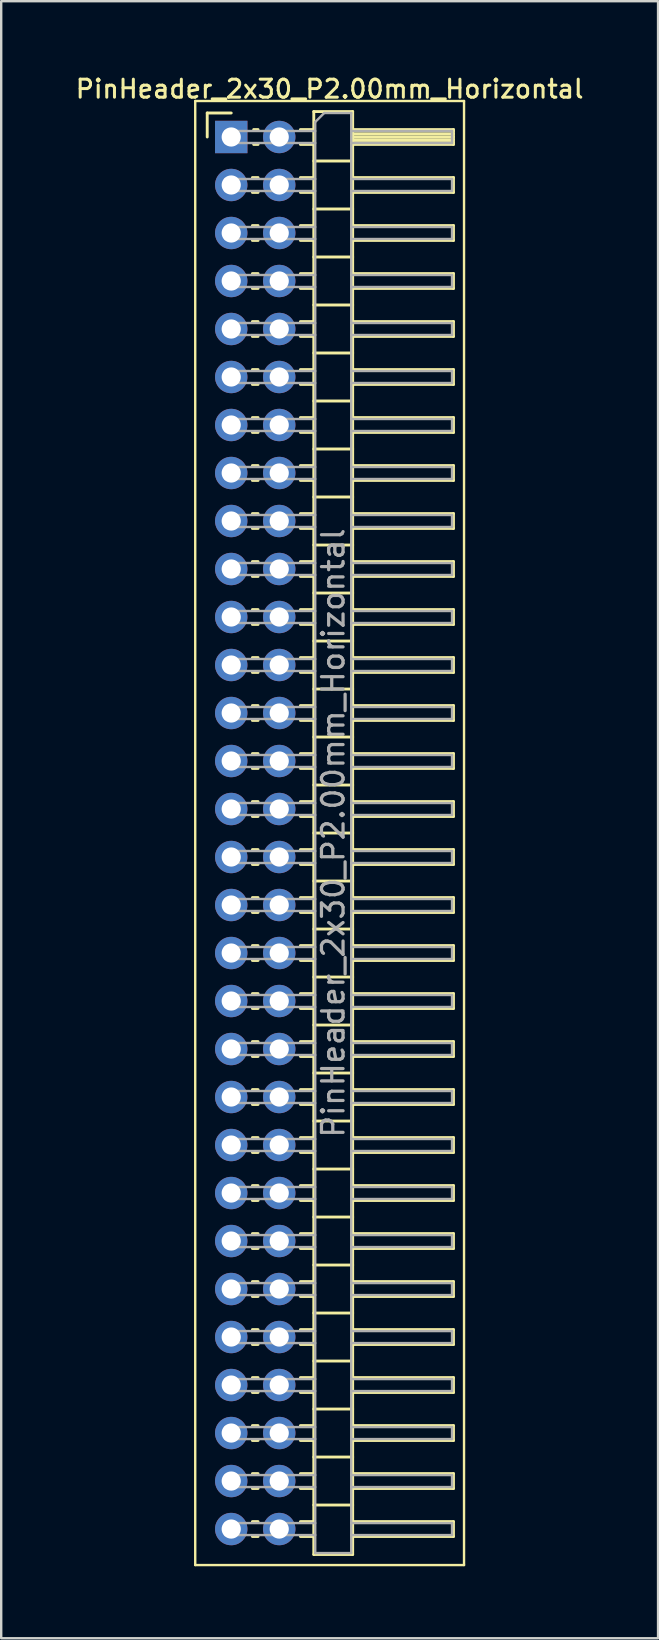
<source format=kicad_pcb>
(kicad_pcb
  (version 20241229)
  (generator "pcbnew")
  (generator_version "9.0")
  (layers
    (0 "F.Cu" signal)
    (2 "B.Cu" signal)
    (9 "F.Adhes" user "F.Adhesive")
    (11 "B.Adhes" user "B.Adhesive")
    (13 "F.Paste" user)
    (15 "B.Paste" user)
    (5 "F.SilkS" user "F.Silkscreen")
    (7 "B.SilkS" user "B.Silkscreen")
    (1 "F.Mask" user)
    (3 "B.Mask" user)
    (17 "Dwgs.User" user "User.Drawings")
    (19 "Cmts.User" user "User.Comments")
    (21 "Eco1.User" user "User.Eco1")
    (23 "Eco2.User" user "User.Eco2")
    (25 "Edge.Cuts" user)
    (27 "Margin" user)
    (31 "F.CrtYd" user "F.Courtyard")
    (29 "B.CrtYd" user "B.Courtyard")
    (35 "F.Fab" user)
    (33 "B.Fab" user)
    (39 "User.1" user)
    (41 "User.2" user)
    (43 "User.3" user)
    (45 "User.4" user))
  (footprint "PinHeader_2x30_P2.00mm_Horizontal"
    (layer "F.Cu")
    (at 6.584 2.658)
    (property "Reference" "PinHeader_2x30_P2.00mm_Horizontal" (at 4.1 -2 0) (layer "F.SilkS") (effects (font (size 0.75 0.75) (thickness 0.125))))
    (attr through_hole)
    (fp_line (start -1.5 -1.5) (end -1.5 59.5) (stroke (width 0.1) (type solid)) (layer "F.SilkS"))
    (fp_line (start -1.5 59.5) (end 9.7 59.5) (stroke (width 0.1) (type solid)) (layer "F.SilkS"))
    (fp_line (start -1 -1) (end 0 -1) (stroke (width 0.12) (type solid)) (layer "F.SilkS"))
    (fp_line (start -1 0) (end -1 -1) (stroke (width 0.12) (type solid)) (layer "F.SilkS"))
    (fp_line (start 0.882 1.69) (end 1.118 1.69) (stroke (width 0.12) (type solid)) (layer "F.SilkS"))
    (fp_line (start 0.882 2.31) (end 1.118 2.31) (stroke (width 0.12) (type solid)) (layer "F.SilkS"))
    (fp_line (start 0.882 3.69) (end 1.118 3.69) (stroke (width 0.12) (type solid)) (layer "F.SilkS"))
    (fp_line (start 0.882 4.31) (end 1.118 4.31) (stroke (width 0.12) (type solid)) (layer "F.SilkS"))
    (fp_line (start 0.882 5.69) (end 1.118 5.69) (stroke (width 0.12) (type solid)) (layer "F.SilkS"))
    (fp_line (start 0.882 6.31) (end 1.118 6.31) (stroke (width 0.12) (type solid)) (layer "F.SilkS"))
    (fp_line (start 0.882 7.69) (end 1.118 7.69) (stroke (width 0.12) (type solid)) (layer "F.SilkS"))
    (fp_line (start 0.882 8.31) (end 1.118 8.31) (stroke (width 0.12) (type solid)) (layer "F.SilkS"))
    (fp_line (start 0.882 9.69) (end 1.118 9.69) (stroke (width 0.12) (type solid)) (layer "F.SilkS"))
    (fp_line (start 0.882 10.31) (end 1.118 10.31) (stroke (width 0.12) (type solid)) (layer "F.SilkS"))
    (fp_line (start 0.882 11.69) (end 1.118 11.69) (stroke (width 0.12) (type solid)) (layer "F.SilkS"))
    (fp_line (start 0.882 12.31) (end 1.118 12.31) (stroke (width 0.12) (type solid)) (layer "F.SilkS"))
    (fp_line (start 0.882 13.69) (end 1.118 13.69) (stroke (width 0.12) (type solid)) (layer "F.SilkS"))
    (fp_line (start 0.882 14.31) (end 1.118 14.31) (stroke (width 0.12) (type solid)) (layer "F.SilkS"))
    (fp_line (start 0.882 15.69) (end 1.118 15.69) (stroke (width 0.12) (type solid)) (layer "F.SilkS"))
    (fp_line (start 0.882 16.31) (end 1.118 16.31) (stroke (width 0.12) (type solid)) (layer "F.SilkS"))
    (fp_line (start 0.882 17.69) (end 1.118 17.69) (stroke (width 0.12) (type solid)) (layer "F.SilkS"))
    (fp_line (start 0.882 18.31) (end 1.118 18.31) (stroke (width 0.12) (type solid)) (layer "F.SilkS"))
    (fp_line (start 0.882 19.69) (end 1.118 19.69) (stroke (width 0.12) (type solid)) (layer "F.SilkS"))
    (fp_line (start 0.882 20.31) (end 1.118 20.31) (stroke (width 0.12) (type solid)) (layer "F.SilkS"))
    (fp_line (start 0.882 21.69) (end 1.118 21.69) (stroke (width 0.12) (type solid)) (layer "F.SilkS"))
    (fp_line (start 0.882 22.31) (end 1.118 22.31) (stroke (width 0.12) (type solid)) (layer "F.SilkS"))
    (fp_line (start 0.882 23.69) (end 1.118 23.69) (stroke (width 0.12) (type solid)) (layer "F.SilkS"))
    (fp_line (start 0.882 24.31) (end 1.118 24.31) (stroke (width 0.12) (type solid)) (layer "F.SilkS"))
    (fp_line (start 0.882 25.69) (end 1.118 25.69) (stroke (width 0.12) (type solid)) (layer "F.SilkS"))
    (fp_line (start 0.882 26.31) (end 1.118 26.31) (stroke (width 0.12) (type solid)) (layer "F.SilkS"))
    (fp_line (start 0.882 27.69) (end 1.118 27.69) (stroke (width 0.12) (type solid)) (layer "F.SilkS"))
    (fp_line (start 0.882 28.31) (end 1.118 28.31) (stroke (width 0.12) (type solid)) (layer "F.SilkS"))
    (fp_line (start 0.882 29.69) (end 1.118 29.69) (stroke (width 0.12) (type solid)) (layer "F.SilkS"))
    (fp_line (start 0.882 30.31) (end 1.118 30.31) (stroke (width 0.12) (type solid)) (layer "F.SilkS"))
    (fp_line (start 0.882 31.69) (end 1.118 31.69) (stroke (width 0.12) (type solid)) (layer "F.SilkS"))
    (fp_line (start 0.882 32.31) (end 1.118 32.31) (stroke (width 0.12) (type solid)) (layer "F.SilkS"))
    (fp_line (start 0.882 33.69) (end 1.118 33.69) (stroke (width 0.12) (type solid)) (layer "F.SilkS"))
    (fp_line (start 0.882 34.31) (end 1.118 34.31) (stroke (width 0.12) (type solid)) (layer "F.SilkS"))
    (fp_line (start 0.882 35.69) (end 1.118 35.69) (stroke (width 0.12) (type solid)) (layer "F.SilkS"))
    (fp_line (start 0.882 36.31) (end 1.118 36.31) (stroke (width 0.12) (type solid)) (layer "F.SilkS"))
    (fp_line (start 0.882 37.69) (end 1.118 37.69) (stroke (width 0.12) (type solid)) (layer "F.SilkS"))
    (fp_line (start 0.882 38.31) (end 1.118 38.31) (stroke (width 0.12) (type solid)) (layer "F.SilkS"))
    (fp_line (start 0.882 39.69) (end 1.118 39.69) (stroke (width 0.12) (type solid)) (layer "F.SilkS"))
    (fp_line (start 0.882 40.31) (end 1.118 40.31) (stroke (width 0.12) (type solid)) (layer "F.SilkS"))
    (fp_line (start 0.882 41.69) (end 1.118 41.69) (stroke (width 0.12) (type solid)) (layer "F.SilkS"))
    (fp_line (start 0.882 42.31) (end 1.118 42.31) (stroke (width 0.12) (type solid)) (layer "F.SilkS"))
    (fp_line (start 0.882 43.69) (end 1.118 43.69) (stroke (width 0.12) (type solid)) (layer "F.SilkS"))
    (fp_line (start 0.882 44.31) (end 1.118 44.31) (stroke (width 0.12) (type solid)) (layer "F.SilkS"))
    (fp_line (start 0.882 45.69) (end 1.118 45.69) (stroke (width 0.12) (type solid)) (layer "F.SilkS"))
    (fp_line (start 0.882 46.31) (end 1.118 46.31) (stroke (width 0.12) (type solid)) (layer "F.SilkS"))
    (fp_line (start 0.882 47.69) (end 1.118 47.69) (stroke (width 0.12) (type solid)) (layer "F.SilkS"))
    (fp_line (start 0.882 48.31) (end 1.118 48.31) (stroke (width 0.12) (type solid)) (layer "F.SilkS"))
    (fp_line (start 0.882 49.69) (end 1.118 49.69) (stroke (width 0.12) (type solid)) (layer "F.SilkS"))
    (fp_line (start 0.882 50.31) (end 1.118 50.31) (stroke (width 0.12) (type solid)) (layer "F.SilkS"))
    (fp_line (start 0.882 51.69) (end 1.118 51.69) (stroke (width 0.12) (type solid)) (layer "F.SilkS"))
    (fp_line (start 0.882 52.31) (end 1.118 52.31) (stroke (width 0.12) (type solid)) (layer "F.SilkS"))
    (fp_line (start 0.882 53.69) (end 1.118 53.69) (stroke (width 0.12) (type solid)) (layer "F.SilkS"))
    (fp_line (start 0.882 54.31) (end 1.118 54.31) (stroke (width 0.12) (type solid)) (layer "F.SilkS"))
    (fp_line (start 0.882 55.69) (end 1.118 55.69) (stroke (width 0.12) (type solid)) (layer "F.SilkS"))
    (fp_line (start 0.882 56.31) (end 1.118 56.31) (stroke (width 0.12) (type solid)) (layer "F.SilkS"))
    (fp_line (start 0.882 57.69) (end 1.118 57.69) (stroke (width 0.12) (type solid)) (layer "F.SilkS"))
    (fp_line (start 0.882 58.31) (end 1.118 58.31) (stroke (width 0.12) (type solid)) (layer "F.SilkS"))
    (fp_line (start 0.935 -0.31) (end 1.118 -0.31) (stroke (width 0.12) (type solid)) (layer "F.SilkS"))
    (fp_line (start 0.935 0.31) (end 1.118 0.31) (stroke (width 0.12) (type solid)) (layer "F.SilkS"))
    (fp_line (start 2.882 -0.31) (end 3.44 -0.31) (stroke (width 0.12) (type solid)) (layer "F.SilkS"))
    (fp_line (start 2.882 0.31) (end 3.44 0.31) (stroke (width 0.12) (type solid)) (layer "F.SilkS"))
    (fp_line (start 2.882 1.69) (end 3.44 1.69) (stroke (width 0.12) (type solid)) (layer "F.SilkS"))
    (fp_line (start 2.882 2.31) (end 3.44 2.31) (stroke (width 0.12) (type solid)) (layer "F.SilkS"))
    (fp_line (start 2.882 3.69) (end 3.44 3.69) (stroke (width 0.12) (type solid)) (layer "F.SilkS"))
    (fp_line (start 2.882 4.31) (end 3.44 4.31) (stroke (width 0.12) (type solid)) (layer "F.SilkS"))
    (fp_line (start 2.882 5.69) (end 3.44 5.69) (stroke (width 0.12) (type solid)) (layer "F.SilkS"))
    (fp_line (start 2.882 6.31) (end 3.44 6.31) (stroke (width 0.12) (type solid)) (layer "F.SilkS"))
    (fp_line (start 2.882 7.69) (end 3.44 7.69) (stroke (width 0.12) (type solid)) (layer "F.SilkS"))
    (fp_line (start 2.882 8.31) (end 3.44 8.31) (stroke (width 0.12) (type solid)) (layer "F.SilkS"))
    (fp_line (start 2.882 9.69) (end 3.44 9.69) (stroke (width 0.12) (type solid)) (layer "F.SilkS"))
    (fp_line (start 2.882 10.31) (end 3.44 10.31) (stroke (width 0.12) (type solid)) (layer "F.SilkS"))
    (fp_line (start 2.882 11.69) (end 3.44 11.69) (stroke (width 0.12) (type solid)) (layer "F.SilkS"))
    (fp_line (start 2.882 12.31) (end 3.44 12.31) (stroke (width 0.12) (type solid)) (layer "F.SilkS"))
    (fp_line (start 2.882 13.69) (end 3.44 13.69) (stroke (width 0.12) (type solid)) (layer "F.SilkS"))
    (fp_line (start 2.882 14.31) (end 3.44 14.31) (stroke (width 0.12) (type solid)) (layer "F.SilkS"))
    (fp_line (start 2.882 15.69) (end 3.44 15.69) (stroke (width 0.12) (type solid)) (layer "F.SilkS"))
    (fp_line (start 2.882 16.31) (end 3.44 16.31) (stroke (width 0.12) (type solid)) (layer "F.SilkS"))
    (fp_line (start 2.882 17.69) (end 3.44 17.69) (stroke (width 0.12) (type solid)) (layer "F.SilkS"))
    (fp_line (start 2.882 18.31) (end 3.44 18.31) (stroke (width 0.12) (type solid)) (layer "F.SilkS"))
    (fp_line (start 2.882 19.69) (end 3.44 19.69) (stroke (width 0.12) (type solid)) (layer "F.SilkS"))
    (fp_line (start 2.882 20.31) (end 3.44 20.31) (stroke (width 0.12) (type solid)) (layer "F.SilkS"))
    (fp_line (start 2.882 21.69) (end 3.44 21.69) (stroke (width 0.12) (type solid)) (layer "F.SilkS"))
    (fp_line (start 2.882 22.31) (end 3.44 22.31) (stroke (width 0.12) (type solid)) (layer "F.SilkS"))
    (fp_line (start 2.882 23.69) (end 3.44 23.69) (stroke (width 0.12) (type solid)) (layer "F.SilkS"))
    (fp_line (start 2.882 24.31) (end 3.44 24.31) (stroke (width 0.12) (type solid)) (layer "F.SilkS"))
    (fp_line (start 2.882 25.69) (end 3.44 25.69) (stroke (width 0.12) (type solid)) (layer "F.SilkS"))
    (fp_line (start 2.882 26.31) (end 3.44 26.31) (stroke (width 0.12) (type solid)) (layer "F.SilkS"))
    (fp_line (start 2.882 27.69) (end 3.44 27.69) (stroke (width 0.12) (type solid)) (layer "F.SilkS"))
    (fp_line (start 2.882 28.31) (end 3.44 28.31) (stroke (width 0.12) (type solid)) (layer "F.SilkS"))
    (fp_line (start 2.882 29.69) (end 3.44 29.69) (stroke (width 0.12) (type solid)) (layer "F.SilkS"))
    (fp_line (start 2.882 30.31) (end 3.44 30.31) (stroke (width 0.12) (type solid)) (layer "F.SilkS"))
    (fp_line (start 2.882 31.69) (end 3.44 31.69) (stroke (width 0.12) (type solid)) (layer "F.SilkS"))
    (fp_line (start 2.882 32.31) (end 3.44 32.31) (stroke (width 0.12) (type solid)) (layer "F.SilkS"))
    (fp_line (start 2.882 33.69) (end 3.44 33.69) (stroke (width 0.12) (type solid)) (layer "F.SilkS"))
    (fp_line (start 2.882 34.31) (end 3.44 34.31) (stroke (width 0.12) (type solid)) (layer "F.SilkS"))
    (fp_line (start 2.882 35.69) (end 3.44 35.69) (stroke (width 0.12) (type solid)) (layer "F.SilkS"))
    (fp_line (start 2.882 36.31) (end 3.44 36.31) (stroke (width 0.12) (type solid)) (layer "F.SilkS"))
    (fp_line (start 2.882 37.69) (end 3.44 37.69) (stroke (width 0.12) (type solid)) (layer "F.SilkS"))
    (fp_line (start 2.882 38.31) (end 3.44 38.31) (stroke (width 0.12) (type solid)) (layer "F.SilkS"))
    (fp_line (start 2.882 39.69) (end 3.44 39.69) (stroke (width 0.12) (type solid)) (layer "F.SilkS"))
    (fp_line (start 2.882 40.31) (end 3.44 40.31) (stroke (width 0.12) (type solid)) (layer "F.SilkS"))
    (fp_line (start 2.882 41.69) (end 3.44 41.69) (stroke (width 0.12) (type solid)) (layer "F.SilkS"))
    (fp_line (start 2.882 42.31) (end 3.44 42.31) (stroke (width 0.12) (type solid)) (layer "F.SilkS"))
    (fp_line (start 2.882 43.69) (end 3.44 43.69) (stroke (width 0.12) (type solid)) (layer "F.SilkS"))
    (fp_line (start 2.882 44.31) (end 3.44 44.31) (stroke (width 0.12) (type solid)) (layer "F.SilkS"))
    (fp_line (start 2.882 45.69) (end 3.44 45.69) (stroke (width 0.12) (type solid)) (layer "F.SilkS"))
    (fp_line (start 2.882 46.31) (end 3.44 46.31) (stroke (width 0.12) (type solid)) (layer "F.SilkS"))
    (fp_line (start 2.882 47.69) (end 3.44 47.69) (stroke (width 0.12) (type solid)) (layer "F.SilkS"))
    (fp_line (start 2.882 48.31) (end 3.44 48.31) (stroke (width 0.12) (type solid)) (layer "F.SilkS"))
    (fp_line (start 2.882 49.69) (end 3.44 49.69) (stroke (width 0.12) (type solid)) (layer "F.SilkS"))
    (fp_line (start 2.882 50.31) (end 3.44 50.31) (stroke (width 0.12) (type solid)) (layer "F.SilkS"))
    (fp_line (start 2.882 51.69) (end 3.44 51.69) (stroke (width 0.12) (type solid)) (layer "F.SilkS"))
    (fp_line (start 2.882 52.31) (end 3.44 52.31) (stroke (width 0.12) (type solid)) (layer "F.SilkS"))
    (fp_line (start 2.882 53.69) (end 3.44 53.69) (stroke (width 0.12) (type solid)) (layer "F.SilkS"))
    (fp_line (start 2.882 54.31) (end 3.44 54.31) (stroke (width 0.12) (type solid)) (layer "F.SilkS"))
    (fp_line (start 2.882 55.69) (end 3.44 55.69) (stroke (width 0.12) (type solid)) (layer "F.SilkS"))
    (fp_line (start 2.882 56.31) (end 3.44 56.31) (stroke (width 0.12) (type solid)) (layer "F.SilkS"))
    (fp_line (start 2.882 57.69) (end 3.44 57.69) (stroke (width 0.12) (type solid)) (layer "F.SilkS"))
    (fp_line (start 2.882 58.31) (end 3.44 58.31) (stroke (width 0.12) (type solid)) (layer "F.SilkS"))
    (fp_line (start 3.44 -1.06) (end 3.44 59.06) (stroke (width 0.12) (type solid)) (layer "F.SilkS"))
    (fp_line (start 3.44 1) (end 5.06 1) (stroke (width 0.12) (type solid)) (layer "F.SilkS"))
    (fp_line (start 3.44 3) (end 5.06 3) (stroke (width 0.12) (type solid)) (layer "F.SilkS"))
    (fp_line (start 3.44 5) (end 5.06 5) (stroke (width 0.12) (type solid)) (layer "F.SilkS"))
    (fp_line (start 3.44 7) (end 5.06 7) (stroke (width 0.12) (type solid)) (layer "F.SilkS"))
    (fp_line (start 3.44 9) (end 5.06 9) (stroke (width 0.12) (type solid)) (layer "F.SilkS"))
    (fp_line (start 3.44 11) (end 5.06 11) (stroke (width 0.12) (type solid)) (layer "F.SilkS"))
    (fp_line (start 3.44 13) (end 5.06 13) (stroke (width 0.12) (type solid)) (layer "F.SilkS"))
    (fp_line (start 3.44 15) (end 5.06 15) (stroke (width 0.12) (type solid)) (layer "F.SilkS"))
    (fp_line (start 3.44 17) (end 5.06 17) (stroke (width 0.12) (type solid)) (layer "F.SilkS"))
    (fp_line (start 3.44 19) (end 5.06 19) (stroke (width 0.12) (type solid)) (layer "F.SilkS"))
    (fp_line (start 3.44 21) (end 5.06 21) (stroke (width 0.12) (type solid)) (layer "F.SilkS"))
    (fp_line (start 3.44 23) (end 5.06 23) (stroke (width 0.12) (type solid)) (layer "F.SilkS"))
    (fp_line (start 3.44 25) (end 5.06 25) (stroke (width 0.12) (type solid)) (layer "F.SilkS"))
    (fp_line (start 3.44 27) (end 5.06 27) (stroke (width 0.12) (type solid)) (layer "F.SilkS"))
    (fp_line (start 3.44 29) (end 5.06 29) (stroke (width 0.12) (type solid)) (layer "F.SilkS"))
    (fp_line (start 3.44 31) (end 5.06 31) (stroke (width 0.12) (type solid)) (layer "F.SilkS"))
    (fp_line (start 3.44 33) (end 5.06 33) (stroke (width 0.12) (type solid)) (layer "F.SilkS"))
    (fp_line (start 3.44 35) (end 5.06 35) (stroke (width 0.12) (type solid)) (layer "F.SilkS"))
    (fp_line (start 3.44 37) (end 5.06 37) (stroke (width 0.12) (type solid)) (layer "F.SilkS"))
    (fp_line (start 3.44 39) (end 5.06 39) (stroke (width 0.12) (type solid)) (layer "F.SilkS"))
    (fp_line (start 3.44 41) (end 5.06 41) (stroke (width 0.12) (type solid)) (layer "F.SilkS"))
    (fp_line (start 3.44 43) (end 5.06 43) (stroke (width 0.12) (type solid)) (layer "F.SilkS"))
    (fp_line (start 3.44 45) (end 5.06 45) (stroke (width 0.12) (type solid)) (layer "F.SilkS"))
    (fp_line (start 3.44 47) (end 5.06 47) (stroke (width 0.12) (type solid)) (layer "F.SilkS"))
    (fp_line (start 3.44 49) (end 5.06 49) (stroke (width 0.12) (type solid)) (layer "F.SilkS"))
    (fp_line (start 3.44 51) (end 5.06 51) (stroke (width 0.12) (type solid)) (layer "F.SilkS"))
    (fp_line (start 3.44 53) (end 5.06 53) (stroke (width 0.12) (type solid)) (layer "F.SilkS"))
    (fp_line (start 3.44 55) (end 5.06 55) (stroke (width 0.12) (type solid)) (layer "F.SilkS"))
    (fp_line (start 3.44 57) (end 5.06 57) (stroke (width 0.12) (type solid)) (layer "F.SilkS"))
    (fp_line (start 3.44 59.06) (end 5.06 59.06) (stroke (width 0.12) (type solid)) (layer "F.SilkS"))
    (fp_line (start 5.06 -1.06) (end 3.44 -1.06) (stroke (width 0.12) (type solid)) (layer "F.SilkS"))
    (fp_line (start 5.06 -0.31) (end 9.26 -0.31) (stroke (width 0.12) (type solid)) (layer "F.SilkS"))
    (fp_line (start 5.06 -0.25) (end 9.26 -0.25) (stroke (width 0.12) (type solid)) (layer "F.SilkS"))
    (fp_line (start 5.06 -0.13) (end 9.26 -0.13) (stroke (width 0.12) (type solid)) (layer "F.SilkS"))
    (fp_line (start 5.06 -0.01) (end 9.26 -0.01) (stroke (width 0.12) (type solid)) (layer "F.SilkS"))
    (fp_line (start 5.06 0.11) (end 9.26 0.11) (stroke (width 0.12) (type solid)) (layer "F.SilkS"))
    (fp_line (start 5.06 0.23) (end 9.26 0.23) (stroke (width 0.12) (type solid)) (layer "F.SilkS"))
    (fp_line (start 5.06 1.69) (end 9.26 1.69) (stroke (width 0.12) (type solid)) (layer "F.SilkS"))
    (fp_line (start 5.06 3.69) (end 9.26 3.69) (stroke (width 0.12) (type solid)) (layer "F.SilkS"))
    (fp_line (start 5.06 5.69) (end 9.26 5.69) (stroke (width 0.12) (type solid)) (layer "F.SilkS"))
    (fp_line (start 5.06 7.69) (end 9.26 7.69) (stroke (width 0.12) (type solid)) (layer "F.SilkS"))
    (fp_line (start 5.06 9.69) (end 9.26 9.69) (stroke (width 0.12) (type solid)) (layer "F.SilkS"))
    (fp_line (start 5.06 11.69) (end 9.26 11.69) (stroke (width 0.12) (type solid)) (layer "F.SilkS"))
    (fp_line (start 5.06 13.69) (end 9.26 13.69) (stroke (width 0.12) (type solid)) (layer "F.SilkS"))
    (fp_line (start 5.06 15.69) (end 9.26 15.69) (stroke (width 0.12) (type solid)) (layer "F.SilkS"))
    (fp_line (start 5.06 17.69) (end 9.26 17.69) (stroke (width 0.12) (type solid)) (layer "F.SilkS"))
    (fp_line (start 5.06 19.69) (end 9.26 19.69) (stroke (width 0.12) (type solid)) (layer "F.SilkS"))
    (fp_line (start 5.06 21.69) (end 9.26 21.69) (stroke (width 0.12) (type solid)) (layer "F.SilkS"))
    (fp_line (start 5.06 23.69) (end 9.26 23.69) (stroke (width 0.12) (type solid)) (layer "F.SilkS"))
    (fp_line (start 5.06 25.69) (end 9.26 25.69) (stroke (width 0.12) (type solid)) (layer "F.SilkS"))
    (fp_line (start 5.06 27.69) (end 9.26 27.69) (stroke (width 0.12) (type solid)) (layer "F.SilkS"))
    (fp_line (start 5.06 29.69) (end 9.26 29.69) (stroke (width 0.12) (type solid)) (layer "F.SilkS"))
    (fp_line (start 5.06 31.69) (end 9.26 31.69) (stroke (width 0.12) (type solid)) (layer "F.SilkS"))
    (fp_line (start 5.06 33.69) (end 9.26 33.69) (stroke (width 0.12) (type solid)) (layer "F.SilkS"))
    (fp_line (start 5.06 35.69) (end 9.26 35.69) (stroke (width 0.12) (type solid)) (layer "F.SilkS"))
    (fp_line (start 5.06 37.69) (end 9.26 37.69) (stroke (width 0.12) (type solid)) (layer "F.SilkS"))
    (fp_line (start 5.06 39.69) (end 9.26 39.69) (stroke (width 0.12) (type solid)) (layer "F.SilkS"))
    (fp_line (start 5.06 41.69) (end 9.26 41.69) (stroke (width 0.12) (type solid)) (layer "F.SilkS"))
    (fp_line (start 5.06 43.69) (end 9.26 43.69) (stroke (width 0.12) (type solid)) (layer "F.SilkS"))
    (fp_line (start 5.06 45.69) (end 9.26 45.69) (stroke (width 0.12) (type solid)) (layer "F.SilkS"))
    (fp_line (start 5.06 47.69) (end 9.26 47.69) (stroke (width 0.12) (type solid)) (layer "F.SilkS"))
    (fp_line (start 5.06 49.69) (end 9.26 49.69) (stroke (width 0.12) (type solid)) (layer "F.SilkS"))
    (fp_line (start 5.06 51.69) (end 9.26 51.69) (stroke (width 0.12) (type solid)) (layer "F.SilkS"))
    (fp_line (start 5.06 53.69) (end 9.26 53.69) (stroke (width 0.12) (type solid)) (layer "F.SilkS"))
    (fp_line (start 5.06 55.69) (end 9.26 55.69) (stroke (width 0.12) (type solid)) (layer "F.SilkS"))
    (fp_line (start 5.06 57.69) (end 9.26 57.69) (stroke (width 0.12) (type solid)) (layer "F.SilkS"))
    (fp_line (start 5.06 59.06) (end 5.06 -1.06) (stroke (width 0.12) (type solid)) (layer "F.SilkS"))
    (fp_line (start 9.26 -0.31) (end 9.26 0.31) (stroke (width 0.12) (type solid)) (layer "F.SilkS"))
    (fp_line (start 9.26 0.31) (end 5.06 0.31) (stroke (width 0.12) (type solid)) (layer "F.SilkS"))
    (fp_line (start 9.26 1.69) (end 9.26 2.31) (stroke (width 0.12) (type solid)) (layer "F.SilkS"))
    (fp_line (start 9.26 2.31) (end 5.06 2.31) (stroke (width 0.12) (type solid)) (layer "F.SilkS"))
    (fp_line (start 9.26 3.69) (end 9.26 4.31) (stroke (width 0.12) (type solid)) (layer "F.SilkS"))
    (fp_line (start 9.26 4.31) (end 5.06 4.31) (stroke (width 0.12) (type solid)) (layer "F.SilkS"))
    (fp_line (start 9.26 5.69) (end 9.26 6.31) (stroke (width 0.12) (type solid)) (layer "F.SilkS"))
    (fp_line (start 9.26 6.31) (end 5.06 6.31) (stroke (width 0.12) (type solid)) (layer "F.SilkS"))
    (fp_line (start 9.26 7.69) (end 9.26 8.31) (stroke (width 0.12) (type solid)) (layer "F.SilkS"))
    (fp_line (start 9.26 8.31) (end 5.06 8.31) (stroke (width 0.12) (type solid)) (layer "F.SilkS"))
    (fp_line (start 9.26 9.69) (end 9.26 10.31) (stroke (width 0.12) (type solid)) (layer "F.SilkS"))
    (fp_line (start 9.26 10.31) (end 5.06 10.31) (stroke (width 0.12) (type solid)) (layer "F.SilkS"))
    (fp_line (start 9.26 11.69) (end 9.26 12.31) (stroke (width 0.12) (type solid)) (layer "F.SilkS"))
    (fp_line (start 9.26 12.31) (end 5.06 12.31) (stroke (width 0.12) (type solid)) (layer "F.SilkS"))
    (fp_line (start 9.26 13.69) (end 9.26 14.31) (stroke (width 0.12) (type solid)) (layer "F.SilkS"))
    (fp_line (start 9.26 14.31) (end 5.06 14.31) (stroke (width 0.12) (type solid)) (layer "F.SilkS"))
    (fp_line (start 9.26 15.69) (end 9.26 16.31) (stroke (width 0.12) (type solid)) (layer "F.SilkS"))
    (fp_line (start 9.26 16.31) (end 5.06 16.31) (stroke (width 0.12) (type solid)) (layer "F.SilkS"))
    (fp_line (start 9.26 17.69) (end 9.26 18.31) (stroke (width 0.12) (type solid)) (layer "F.SilkS"))
    (fp_line (start 9.26 18.31) (end 5.06 18.31) (stroke (width 0.12) (type solid)) (layer "F.SilkS"))
    (fp_line (start 9.26 19.69) (end 9.26 20.31) (stroke (width 0.12) (type solid)) (layer "F.SilkS"))
    (fp_line (start 9.26 20.31) (end 5.06 20.31) (stroke (width 0.12) (type solid)) (layer "F.SilkS"))
    (fp_line (start 9.26 21.69) (end 9.26 22.31) (stroke (width 0.12) (type solid)) (layer "F.SilkS"))
    (fp_line (start 9.26 22.31) (end 5.06 22.31) (stroke (width 0.12) (type solid)) (layer "F.SilkS"))
    (fp_line (start 9.26 23.69) (end 9.26 24.31) (stroke (width 0.12) (type solid)) (layer "F.SilkS"))
    (fp_line (start 9.26 24.31) (end 5.06 24.31) (stroke (width 0.12) (type solid)) (layer "F.SilkS"))
    (fp_line (start 9.26 25.69) (end 9.26 26.31) (stroke (width 0.12) (type solid)) (layer "F.SilkS"))
    (fp_line (start 9.26 26.31) (end 5.06 26.31) (stroke (width 0.12) (type solid)) (layer "F.SilkS"))
    (fp_line (start 9.26 27.69) (end 9.26 28.31) (stroke (width 0.12) (type solid)) (layer "F.SilkS"))
    (fp_line (start 9.26 28.31) (end 5.06 28.31) (stroke (width 0.12) (type solid)) (layer "F.SilkS"))
    (fp_line (start 9.26 29.69) (end 9.26 30.31) (stroke (width 0.12) (type solid)) (layer "F.SilkS"))
    (fp_line (start 9.26 30.31) (end 5.06 30.31) (stroke (width 0.12) (type solid)) (layer "F.SilkS"))
    (fp_line (start 9.26 31.69) (end 9.26 32.31) (stroke (width 0.12) (type solid)) (layer "F.SilkS"))
    (fp_line (start 9.26 32.31) (end 5.06 32.31) (stroke (width 0.12) (type solid)) (layer "F.SilkS"))
    (fp_line (start 9.26 33.69) (end 9.26 34.31) (stroke (width 0.12) (type solid)) (layer "F.SilkS"))
    (fp_line (start 9.26 34.31) (end 5.06 34.31) (stroke (width 0.12) (type solid)) (layer "F.SilkS"))
    (fp_line (start 9.26 35.69) (end 9.26 36.31) (stroke (width 0.12) (type solid)) (layer "F.SilkS"))
    (fp_line (start 9.26 36.31) (end 5.06 36.31) (stroke (width 0.12) (type solid)) (layer "F.SilkS"))
    (fp_line (start 9.26 37.69) (end 9.26 38.31) (stroke (width 0.12) (type solid)) (layer "F.SilkS"))
    (fp_line (start 9.26 38.31) (end 5.06 38.31) (stroke (width 0.12) (type solid)) (layer "F.SilkS"))
    (fp_line (start 9.26 39.69) (end 9.26 40.31) (stroke (width 0.12) (type solid)) (layer "F.SilkS"))
    (fp_line (start 9.26 40.31) (end 5.06 40.31) (stroke (width 0.12) (type solid)) (layer "F.SilkS"))
    (fp_line (start 9.26 41.69) (end 9.26 42.31) (stroke (width 0.12) (type solid)) (layer "F.SilkS"))
    (fp_line (start 9.26 42.31) (end 5.06 42.31) (stroke (width 0.12) (type solid)) (layer "F.SilkS"))
    (fp_line (start 9.26 43.69) (end 9.26 44.31) (stroke (width 0.12) (type solid)) (layer "F.SilkS"))
    (fp_line (start 9.26 44.31) (end 5.06 44.31) (stroke (width 0.12) (type solid)) (layer "F.SilkS"))
    (fp_line (start 9.26 45.69) (end 9.26 46.31) (stroke (width 0.12) (type solid)) (layer "F.SilkS"))
    (fp_line (start 9.26 46.31) (end 5.06 46.31) (stroke (width 0.12) (type solid)) (layer "F.SilkS"))
    (fp_line (start 9.26 47.69) (end 9.26 48.31) (stroke (width 0.12) (type solid)) (layer "F.SilkS"))
    (fp_line (start 9.26 48.31) (end 5.06 48.31) (stroke (width 0.12) (type solid)) (layer "F.SilkS"))
    (fp_line (start 9.26 49.69) (end 9.26 50.31) (stroke (width 0.12) (type solid)) (layer "F.SilkS"))
    (fp_line (start 9.26 50.31) (end 5.06 50.31) (stroke (width 0.12) (type solid)) (layer "F.SilkS"))
    (fp_line (start 9.26 51.69) (end 9.26 52.31) (stroke (width 0.12) (type solid)) (layer "F.SilkS"))
    (fp_line (start 9.26 52.31) (end 5.06 52.31) (stroke (width 0.12) (type solid)) (layer "F.SilkS"))
    (fp_line (start 9.26 53.69) (end 9.26 54.31) (stroke (width 0.12) (type solid)) (layer "F.SilkS"))
    (fp_line (start 9.26 54.31) (end 5.06 54.31) (stroke (width 0.12) (type solid)) (layer "F.SilkS"))
    (fp_line (start 9.26 55.69) (end 9.26 56.31) (stroke (width 0.12) (type solid)) (layer "F.SilkS"))
    (fp_line (start 9.26 56.31) (end 5.06 56.31) (stroke (width 0.12) (type solid)) (layer "F.SilkS"))
    (fp_line (start 9.26 57.69) (end 9.26 58.31) (stroke (width 0.12) (type solid)) (layer "F.SilkS"))
    (fp_line (start 9.26 58.31) (end 5.06 58.31) (stroke (width 0.12) (type solid)) (layer "F.SilkS"))
    (fp_line (start 9.7 -1.5) (end -1.5 -1.5) (stroke (width 0.1) (type solid)) (layer "F.SilkS"))
    (fp_line (start 9.7 59.5) (end 9.7 -1.5) (stroke (width 0.1) (type solid)) (layer "F.SilkS"))
    (fp_line (start -0.25 -0.25) (end -0.25 0.25) (stroke (width 0.1) (type solid)) (layer "F.Fab"))
    (fp_line (start -0.25 -0.25) (end 3.5 -0.25) (stroke (width 0.1) (type solid)) (layer "F.Fab"))
    (fp_line (start -0.25 0.25) (end 3.5 0.25) (stroke (width 0.1) (type solid)) (layer "F.Fab"))
    (fp_line (start -0.25 1.75) (end -0.25 2.25) (stroke (width 0.1) (type solid)) (layer "F.Fab"))
    (fp_line (start -0.25 1.75) (end 3.5 1.75) (stroke (width 0.1) (type solid)) (layer "F.Fab"))
    (fp_line (start -0.25 2.25) (end 3.5 2.25) (stroke (width 0.1) (type solid)) (layer "F.Fab"))
    (fp_line (start -0.25 3.75) (end -0.25 4.25) (stroke (width 0.1) (type solid)) (layer "F.Fab"))
    (fp_line (start -0.25 3.75) (end 3.5 3.75) (stroke (width 0.1) (type solid)) (layer "F.Fab"))
    (fp_line (start -0.25 4.25) (end 3.5 4.25) (stroke (width 0.1) (type solid)) (layer "F.Fab"))
    (fp_line (start -0.25 5.75) (end -0.25 6.25) (stroke (width 0.1) (type solid)) (layer "F.Fab"))
    (fp_line (start -0.25 5.75) (end 3.5 5.75) (stroke (width 0.1) (type solid)) (layer "F.Fab"))
    (fp_line (start -0.25 6.25) (end 3.5 6.25) (stroke (width 0.1) (type solid)) (layer "F.Fab"))
    (fp_line (start -0.25 7.75) (end -0.25 8.25) (stroke (width 0.1) (type solid)) (layer "F.Fab"))
    (fp_line (start -0.25 7.75) (end 3.5 7.75) (stroke (width 0.1) (type solid)) (layer "F.Fab"))
    (fp_line (start -0.25 8.25) (end 3.5 8.25) (stroke (width 0.1) (type solid)) (layer "F.Fab"))
    (fp_line (start -0.25 9.75) (end -0.25 10.25) (stroke (width 0.1) (type solid)) (layer "F.Fab"))
    (fp_line (start -0.25 9.75) (end 3.5 9.75) (stroke (width 0.1) (type solid)) (layer "F.Fab"))
    (fp_line (start -0.25 10.25) (end 3.5 10.25) (stroke (width 0.1) (type solid)) (layer "F.Fab"))
    (fp_line (start -0.25 11.75) (end -0.25 12.25) (stroke (width 0.1) (type solid)) (layer "F.Fab"))
    (fp_line (start -0.25 11.75) (end 3.5 11.75) (stroke (width 0.1) (type solid)) (layer "F.Fab"))
    (fp_line (start -0.25 12.25) (end 3.5 12.25) (stroke (width 0.1) (type solid)) (layer "F.Fab"))
    (fp_line (start -0.25 13.75) (end -0.25 14.25) (stroke (width 0.1) (type solid)) (layer "F.Fab"))
    (fp_line (start -0.25 13.75) (end 3.5 13.75) (stroke (width 0.1) (type solid)) (layer "F.Fab"))
    (fp_line (start -0.25 14.25) (end 3.5 14.25) (stroke (width 0.1) (type solid)) (layer "F.Fab"))
    (fp_line (start -0.25 15.75) (end -0.25 16.25) (stroke (width 0.1) (type solid)) (layer "F.Fab"))
    (fp_line (start -0.25 15.75) (end 3.5 15.75) (stroke (width 0.1) (type solid)) (layer "F.Fab"))
    (fp_line (start -0.25 16.25) (end 3.5 16.25) (stroke (width 0.1) (type solid)) (layer "F.Fab"))
    (fp_line (start -0.25 17.75) (end -0.25 18.25) (stroke (width 0.1) (type solid)) (layer "F.Fab"))
    (fp_line (start -0.25 17.75) (end 3.5 17.75) (stroke (width 0.1) (type solid)) (layer "F.Fab"))
    (fp_line (start -0.25 18.25) (end 3.5 18.25) (stroke (width 0.1) (type solid)) (layer "F.Fab"))
    (fp_line (start -0.25 19.75) (end -0.25 20.25) (stroke (width 0.1) (type solid)) (layer "F.Fab"))
    (fp_line (start -0.25 19.75) (end 3.5 19.75) (stroke (width 0.1) (type solid)) (layer "F.Fab"))
    (fp_line (start -0.25 20.25) (end 3.5 20.25) (stroke (width 0.1) (type solid)) (layer "F.Fab"))
    (fp_line (start -0.25 21.75) (end -0.25 22.25) (stroke (width 0.1) (type solid)) (layer "F.Fab"))
    (fp_line (start -0.25 21.75) (end 3.5 21.75) (stroke (width 0.1) (type solid)) (layer "F.Fab"))
    (fp_line (start -0.25 22.25) (end 3.5 22.25) (stroke (width 0.1) (type solid)) (layer "F.Fab"))
    (fp_line (start -0.25 23.75) (end -0.25 24.25) (stroke (width 0.1) (type solid)) (layer "F.Fab"))
    (fp_line (start -0.25 23.75) (end 3.5 23.75) (stroke (width 0.1) (type solid)) (layer "F.Fab"))
    (fp_line (start -0.25 24.25) (end 3.5 24.25) (stroke (width 0.1) (type solid)) (layer "F.Fab"))
    (fp_line (start -0.25 25.75) (end -0.25 26.25) (stroke (width 0.1) (type solid)) (layer "F.Fab"))
    (fp_line (start -0.25 25.75) (end 3.5 25.75) (stroke (width 0.1) (type solid)) (layer "F.Fab"))
    (fp_line (start -0.25 26.25) (end 3.5 26.25) (stroke (width 0.1) (type solid)) (layer "F.Fab"))
    (fp_line (start -0.25 27.75) (end -0.25 28.25) (stroke (width 0.1) (type solid)) (layer "F.Fab"))
    (fp_line (start -0.25 27.75) (end 3.5 27.75) (stroke (width 0.1) (type solid)) (layer "F.Fab"))
    (fp_line (start -0.25 28.25) (end 3.5 28.25) (stroke (width 0.1) (type solid)) (layer "F.Fab"))
    (fp_line (start -0.25 29.75) (end -0.25 30.25) (stroke (width 0.1) (type solid)) (layer "F.Fab"))
    (fp_line (start -0.25 29.75) (end 3.5 29.75) (stroke (width 0.1) (type solid)) (layer "F.Fab"))
    (fp_line (start -0.25 30.25) (end 3.5 30.25) (stroke (width 0.1) (type solid)) (layer "F.Fab"))
    (fp_line (start -0.25 31.75) (end -0.25 32.25) (stroke (width 0.1) (type solid)) (layer "F.Fab"))
    (fp_line (start -0.25 31.75) (end 3.5 31.75) (stroke (width 0.1) (type solid)) (layer "F.Fab"))
    (fp_line (start -0.25 32.25) (end 3.5 32.25) (stroke (width 0.1) (type solid)) (layer "F.Fab"))
    (fp_line (start -0.25 33.75) (end -0.25 34.25) (stroke (width 0.1) (type solid)) (layer "F.Fab"))
    (fp_line (start -0.25 33.75) (end 3.5 33.75) (stroke (width 0.1) (type solid)) (layer "F.Fab"))
    (fp_line (start -0.25 34.25) (end 3.5 34.25) (stroke (width 0.1) (type solid)) (layer "F.Fab"))
    (fp_line (start -0.25 35.75) (end -0.25 36.25) (stroke (width 0.1) (type solid)) (layer "F.Fab"))
    (fp_line (start -0.25 35.75) (end 3.5 35.75) (stroke (width 0.1) (type solid)) (layer "F.Fab"))
    (fp_line (start -0.25 36.25) (end 3.5 36.25) (stroke (width 0.1) (type solid)) (layer "F.Fab"))
    (fp_line (start -0.25 37.75) (end -0.25 38.25) (stroke (width 0.1) (type solid)) (layer "F.Fab"))
    (fp_line (start -0.25 37.75) (end 3.5 37.75) (stroke (width 0.1) (type solid)) (layer "F.Fab"))
    (fp_line (start -0.25 38.25) (end 3.5 38.25) (stroke (width 0.1) (type solid)) (layer "F.Fab"))
    (fp_line (start -0.25 39.75) (end -0.25 40.25) (stroke (width 0.1) (type solid)) (layer "F.Fab"))
    (fp_line (start -0.25 39.75) (end 3.5 39.75) (stroke (width 0.1) (type solid)) (layer "F.Fab"))
    (fp_line (start -0.25 40.25) (end 3.5 40.25) (stroke (width 0.1) (type solid)) (layer "F.Fab"))
    (fp_line (start -0.25 41.75) (end -0.25 42.25) (stroke (width 0.1) (type solid)) (layer "F.Fab"))
    (fp_line (start -0.25 41.75) (end 3.5 41.75) (stroke (width 0.1) (type solid)) (layer "F.Fab"))
    (fp_line (start -0.25 42.25) (end 3.5 42.25) (stroke (width 0.1) (type solid)) (layer "F.Fab"))
    (fp_line (start -0.25 43.75) (end -0.25 44.25) (stroke (width 0.1) (type solid)) (layer "F.Fab"))
    (fp_line (start -0.25 43.75) (end 3.5 43.75) (stroke (width 0.1) (type solid)) (layer "F.Fab"))
    (fp_line (start -0.25 44.25) (end 3.5 44.25) (stroke (width 0.1) (type solid)) (layer "F.Fab"))
    (fp_line (start -0.25 45.75) (end -0.25 46.25) (stroke (width 0.1) (type solid)) (layer "F.Fab"))
    (fp_line (start -0.25 45.75) (end 3.5 45.75) (stroke (width 0.1) (type solid)) (layer "F.Fab"))
    (fp_line (start -0.25 46.25) (end 3.5 46.25) (stroke (width 0.1) (type solid)) (layer "F.Fab"))
    (fp_line (start -0.25 47.75) (end -0.25 48.25) (stroke (width 0.1) (type solid)) (layer "F.Fab"))
    (fp_line (start -0.25 47.75) (end 3.5 47.75) (stroke (width 0.1) (type solid)) (layer "F.Fab"))
    (fp_line (start -0.25 48.25) (end 3.5 48.25) (stroke (width 0.1) (type solid)) (layer "F.Fab"))
    (fp_line (start -0.25 49.75) (end -0.25 50.25) (stroke (width 0.1) (type solid)) (layer "F.Fab"))
    (fp_line (start -0.25 49.75) (end 3.5 49.75) (stroke (width 0.1) (type solid)) (layer "F.Fab"))
    (fp_line (start -0.25 50.25) (end 3.5 50.25) (stroke (width 0.1) (type solid)) (layer "F.Fab"))
    (fp_line (start -0.25 51.75) (end -0.25 52.25) (stroke (width 0.1) (type solid)) (layer "F.Fab"))
    (fp_line (start -0.25 51.75) (end 3.5 51.75) (stroke (width 0.1) (type solid)) (layer "F.Fab"))
    (fp_line (start -0.25 52.25) (end 3.5 52.25) (stroke (width 0.1) (type solid)) (layer "F.Fab"))
    (fp_line (start -0.25 53.75) (end -0.25 54.25) (stroke (width 0.1) (type solid)) (layer "F.Fab"))
    (fp_line (start -0.25 53.75) (end 3.5 53.75) (stroke (width 0.1) (type solid)) (layer "F.Fab"))
    (fp_line (start -0.25 54.25) (end 3.5 54.25) (stroke (width 0.1) (type solid)) (layer "F.Fab"))
    (fp_line (start -0.25 55.75) (end -0.25 56.25) (stroke (width 0.1) (type solid)) (layer "F.Fab"))
    (fp_line (start -0.25 55.75) (end 3.5 55.75) (stroke (width 0.1) (type solid)) (layer "F.Fab"))
    (fp_line (start -0.25 56.25) (end 3.5 56.25) (stroke (width 0.1) (type solid)) (layer "F.Fab"))
    (fp_line (start -0.25 57.75) (end -0.25 58.25) (stroke (width 0.1) (type solid)) (layer "F.Fab"))
    (fp_line (start -0.25 57.75) (end 3.5 57.75) (stroke (width 0.1) (type solid)) (layer "F.Fab"))
    (fp_line (start -0.25 58.25) (end 3.5 58.25) (stroke (width 0.1) (type solid)) (layer "F.Fab"))
    (fp_line (start 3.5 -0.625) (end 3.875 -1) (stroke (width 0.1) (type solid)) (layer "F.Fab"))
    (fp_line (start 3.5 59) (end 3.5 -0.625) (stroke (width 0.1) (type solid)) (layer "F.Fab"))
    (fp_line (start 3.875 -1) (end 5 -1) (stroke (width 0.1) (type solid)) (layer "F.Fab"))
    (fp_line (start 5 -1) (end 5 59) (stroke (width 0.1) (type solid)) (layer "F.Fab"))
    (fp_line (start 5 -0.25) (end 9.2 -0.25) (stroke (width 0.1) (type solid)) (layer "F.Fab"))
    (fp_line (start 5 0.25) (end 9.2 0.25) (stroke (width 0.1) (type solid)) (layer "F.Fab"))
    (fp_line (start 5 1.75) (end 9.2 1.75) (stroke (width 0.1) (type solid)) (layer "F.Fab"))
    (fp_line (start 5 2.25) (end 9.2 2.25) (stroke (width 0.1) (type solid)) (layer "F.Fab"))
    (fp_line (start 5 3.75) (end 9.2 3.75) (stroke (width 0.1) (type solid)) (layer "F.Fab"))
    (fp_line (start 5 4.25) (end 9.2 4.25) (stroke (width 0.1) (type solid)) (layer "F.Fab"))
    (fp_line (start 5 5.75) (end 9.2 5.75) (stroke (width 0.1) (type solid)) (layer "F.Fab"))
    (fp_line (start 5 6.25) (end 9.2 6.25) (stroke (width 0.1) (type solid)) (layer "F.Fab"))
    (fp_line (start 5 7.75) (end 9.2 7.75) (stroke (width 0.1) (type solid)) (layer "F.Fab"))
    (fp_line (start 5 8.25) (end 9.2 8.25) (stroke (width 0.1) (type solid)) (layer "F.Fab"))
    (fp_line (start 5 9.75) (end 9.2 9.75) (stroke (width 0.1) (type solid)) (layer "F.Fab"))
    (fp_line (start 5 10.25) (end 9.2 10.25) (stroke (width 0.1) (type solid)) (layer "F.Fab"))
    (fp_line (start 5 11.75) (end 9.2 11.75) (stroke (width 0.1) (type solid)) (layer "F.Fab"))
    (fp_line (start 5 12.25) (end 9.2 12.25) (stroke (width 0.1) (type solid)) (layer "F.Fab"))
    (fp_line (start 5 13.75) (end 9.2 13.75) (stroke (width 0.1) (type solid)) (layer "F.Fab"))
    (fp_line (start 5 14.25) (end 9.2 14.25) (stroke (width 0.1) (type solid)) (layer "F.Fab"))
    (fp_line (start 5 15.75) (end 9.2 15.75) (stroke (width 0.1) (type solid)) (layer "F.Fab"))
    (fp_line (start 5 16.25) (end 9.2 16.25) (stroke (width 0.1) (type solid)) (layer "F.Fab"))
    (fp_line (start 5 17.75) (end 9.2 17.75) (stroke (width 0.1) (type solid)) (layer "F.Fab"))
    (fp_line (start 5 18.25) (end 9.2 18.25) (stroke (width 0.1) (type solid)) (layer "F.Fab"))
    (fp_line (start 5 19.75) (end 9.2 19.75) (stroke (width 0.1) (type solid)) (layer "F.Fab"))
    (fp_line (start 5 20.25) (end 9.2 20.25) (stroke (width 0.1) (type solid)) (layer "F.Fab"))
    (fp_line (start 5 21.75) (end 9.2 21.75) (stroke (width 0.1) (type solid)) (layer "F.Fab"))
    (fp_line (start 5 22.25) (end 9.2 22.25) (stroke (width 0.1) (type solid)) (layer "F.Fab"))
    (fp_line (start 5 23.75) (end 9.2 23.75) (stroke (width 0.1) (type solid)) (layer "F.Fab"))
    (fp_line (start 5 24.25) (end 9.2 24.25) (stroke (width 0.1) (type solid)) (layer "F.Fab"))
    (fp_line (start 5 25.75) (end 9.2 25.75) (stroke (width 0.1) (type solid)) (layer "F.Fab"))
    (fp_line (start 5 26.25) (end 9.2 26.25) (stroke (width 0.1) (type solid)) (layer "F.Fab"))
    (fp_line (start 5 27.75) (end 9.2 27.75) (stroke (width 0.1) (type solid)) (layer "F.Fab"))
    (fp_line (start 5 28.25) (end 9.2 28.25) (stroke (width 0.1) (type solid)) (layer "F.Fab"))
    (fp_line (start 5 29.75) (end 9.2 29.75) (stroke (width 0.1) (type solid)) (layer "F.Fab"))
    (fp_line (start 5 30.25) (end 9.2 30.25) (stroke (width 0.1) (type solid)) (layer "F.Fab"))
    (fp_line (start 5 31.75) (end 9.2 31.75) (stroke (width 0.1) (type solid)) (layer "F.Fab"))
    (fp_line (start 5 32.25) (end 9.2 32.25) (stroke (width 0.1) (type solid)) (layer "F.Fab"))
    (fp_line (start 5 33.75) (end 9.2 33.75) (stroke (width 0.1) (type solid)) (layer "F.Fab"))
    (fp_line (start 5 34.25) (end 9.2 34.25) (stroke (width 0.1) (type solid)) (layer "F.Fab"))
    (fp_line (start 5 35.75) (end 9.2 35.75) (stroke (width 0.1) (type solid)) (layer "F.Fab"))
    (fp_line (start 5 36.25) (end 9.2 36.25) (stroke (width 0.1) (type solid)) (layer "F.Fab"))
    (fp_line (start 5 37.75) (end 9.2 37.75) (stroke (width 0.1) (type solid)) (layer "F.Fab"))
    (fp_line (start 5 38.25) (end 9.2 38.25) (stroke (width 0.1) (type solid)) (layer "F.Fab"))
    (fp_line (start 5 39.75) (end 9.2 39.75) (stroke (width 0.1) (type solid)) (layer "F.Fab"))
    (fp_line (start 5 40.25) (end 9.2 40.25) (stroke (width 0.1) (type solid)) (layer "F.Fab"))
    (fp_line (start 5 41.75) (end 9.2 41.75) (stroke (width 0.1) (type solid)) (layer "F.Fab"))
    (fp_line (start 5 42.25) (end 9.2 42.25) (stroke (width 0.1) (type solid)) (layer "F.Fab"))
    (fp_line (start 5 43.75) (end 9.2 43.75) (stroke (width 0.1) (type solid)) (layer "F.Fab"))
    (fp_line (start 5 44.25) (end 9.2 44.25) (stroke (width 0.1) (type solid)) (layer "F.Fab"))
    (fp_line (start 5 45.75) (end 9.2 45.75) (stroke (width 0.1) (type solid)) (layer "F.Fab"))
    (fp_line (start 5 46.25) (end 9.2 46.25) (stroke (width 0.1) (type solid)) (layer "F.Fab"))
    (fp_line (start 5 47.75) (end 9.2 47.75) (stroke (width 0.1) (type solid)) (layer "F.Fab"))
    (fp_line (start 5 48.25) (end 9.2 48.25) (stroke (width 0.1) (type solid)) (layer "F.Fab"))
    (fp_line (start 5 49.75) (end 9.2 49.75) (stroke (width 0.1) (type solid)) (layer "F.Fab"))
    (fp_line (start 5 50.25) (end 9.2 50.25) (stroke (width 0.1) (type solid)) (layer "F.Fab"))
    (fp_line (start 5 51.75) (end 9.2 51.75) (stroke (width 0.1) (type solid)) (layer "F.Fab"))
    (fp_line (start 5 52.25) (end 9.2 52.25) (stroke (width 0.1) (type solid)) (layer "F.Fab"))
    (fp_line (start 5 53.75) (end 9.2 53.75) (stroke (width 0.1) (type solid)) (layer "F.Fab"))
    (fp_line (start 5 54.25) (end 9.2 54.25) (stroke (width 0.1) (type solid)) (layer "F.Fab"))
    (fp_line (start 5 55.75) (end 9.2 55.75) (stroke (width 0.1) (type solid)) (layer "F.Fab"))
    (fp_line (start 5 56.25) (end 9.2 56.25) (stroke (width 0.1) (type solid)) (layer "F.Fab"))
    (fp_line (start 5 57.75) (end 9.2 57.75) (stroke (width 0.1) (type solid)) (layer "F.Fab"))
    (fp_line (start 5 58.25) (end 9.2 58.25) (stroke (width 0.1) (type solid)) (layer "F.Fab"))
    (fp_line (start 5 59) (end 3.5 59) (stroke (width 0.1) (type solid)) (layer "F.Fab"))
    (fp_line (start 9.2 -0.25) (end 9.2 0.25) (stroke (width 0.1) (type solid)) (layer "F.Fab"))
    (fp_line (start 9.2 1.75) (end 9.2 2.25) (stroke (width 0.1) (type solid)) (layer "F.Fab"))
    (fp_line (start 9.2 3.75) (end 9.2 4.25) (stroke (width 0.1) (type solid)) (layer "F.Fab"))
    (fp_line (start 9.2 5.75) (end 9.2 6.25) (stroke (width 0.1) (type solid)) (layer "F.Fab"))
    (fp_line (start 9.2 7.75) (end 9.2 8.25) (stroke (width 0.1) (type solid)) (layer "F.Fab"))
    (fp_line (start 9.2 9.75) (end 9.2 10.25) (stroke (width 0.1) (type solid)) (layer "F.Fab"))
    (fp_line (start 9.2 11.75) (end 9.2 12.25) (stroke (width 0.1) (type solid)) (layer "F.Fab"))
    (fp_line (start 9.2 13.75) (end 9.2 14.25) (stroke (width 0.1) (type solid)) (layer "F.Fab"))
    (fp_line (start 9.2 15.75) (end 9.2 16.25) (stroke (width 0.1) (type solid)) (layer "F.Fab"))
    (fp_line (start 9.2 17.75) (end 9.2 18.25) (stroke (width 0.1) (type solid)) (layer "F.Fab"))
    (fp_line (start 9.2 19.75) (end 9.2 20.25) (stroke (width 0.1) (type solid)) (layer "F.Fab"))
    (fp_line (start 9.2 21.75) (end 9.2 22.25) (stroke (width 0.1) (type solid)) (layer "F.Fab"))
    (fp_line (start 9.2 23.75) (end 9.2 24.25) (stroke (width 0.1) (type solid)) (layer "F.Fab"))
    (fp_line (start 9.2 25.75) (end 9.2 26.25) (stroke (width 0.1) (type solid)) (layer "F.Fab"))
    (fp_line (start 9.2 27.75) (end 9.2 28.25) (stroke (width 0.1) (type solid)) (layer "F.Fab"))
    (fp_line (start 9.2 29.75) (end 9.2 30.25) (stroke (width 0.1) (type solid)) (layer "F.Fab"))
    (fp_line (start 9.2 31.75) (end 9.2 32.25) (stroke (width 0.1) (type solid)) (layer "F.Fab"))
    (fp_line (start 9.2 33.75) (end 9.2 34.25) (stroke (width 0.1) (type solid)) (layer "F.Fab"))
    (fp_line (start 9.2 35.75) (end 9.2 36.25) (stroke (width 0.1) (type solid)) (layer "F.Fab"))
    (fp_line (start 9.2 37.75) (end 9.2 38.25) (stroke (width 0.1) (type solid)) (layer "F.Fab"))
    (fp_line (start 9.2 39.75) (end 9.2 40.25) (stroke (width 0.1) (type solid)) (layer "F.Fab"))
    (fp_line (start 9.2 41.75) (end 9.2 42.25) (stroke (width 0.1) (type solid)) (layer "F.Fab"))
    (fp_line (start 9.2 43.75) (end 9.2 44.25) (stroke (width 0.1) (type solid)) (layer "F.Fab"))
    (fp_line (start 9.2 45.75) (end 9.2 46.25) (stroke (width 0.1) (type solid)) (layer "F.Fab"))
    (fp_line (start 9.2 47.75) (end 9.2 48.25) (stroke (width 0.1) (type solid)) (layer "F.Fab"))
    (fp_line (start 9.2 49.75) (end 9.2 50.25) (stroke (width 0.1) (type solid)) (layer "F.Fab"))
    (fp_line (start 9.2 51.75) (end 9.2 52.25) (stroke (width 0.1) (type solid)) (layer "F.Fab"))
    (fp_line (start 9.2 53.75) (end 9.2 54.25) (stroke (width 0.1) (type solid)) (layer "F.Fab"))
    (fp_line (start 9.2 55.75) (end 9.2 56.25) (stroke (width 0.1) (type solid)) (layer "F.Fab"))
    (fp_line (start 9.2 57.75) (end 9.2 58.25) (stroke (width 0.1) (type solid)) (layer "F.Fab"))
    (fp_text user "${REFERENCE}" (at 4.25 29 90) (layer "F.Fab") (effects (font (size 0.9 0.9) (thickness 0.135))))
    (pad "1" thru_hole rect (at 0 0) (size 1.35 1.35) (drill 0.8) (layers "*.Cu" "*.Mask"))
    (pad "2" thru_hole oval (at 2 0) (size 1.35 1.35) (drill 0.8) (layers "*.Cu" "*.Mask"))
    (pad "3" thru_hole oval (at 0 2) (size 1.35 1.35) (drill 0.8) (layers "*.Cu" "*.Mask"))
    (pad "4" thru_hole oval (at 2 2) (size 1.35 1.35) (drill 0.8) (layers "*.Cu" "*.Mask"))
    (pad "5" thru_hole oval (at 0 4) (size 1.35 1.35) (drill 0.8) (layers "*.Cu" "*.Mask"))
    (pad "6" thru_hole oval (at 2 4) (size 1.35 1.35) (drill 0.8) (layers "*.Cu" "*.Mask"))
    (pad "7" thru_hole oval (at 0 6) (size 1.35 1.35) (drill 0.8) (layers "*.Cu" "*.Mask"))
    (pad "8" thru_hole oval (at 2 6) (size 1.35 1.35) (drill 0.8) (layers "*.Cu" "*.Mask"))
    (pad "9" thru_hole oval (at 0 8) (size 1.35 1.35) (drill 0.8) (layers "*.Cu" "*.Mask"))
    (pad "10" thru_hole oval (at 2 8) (size 1.35 1.35) (drill 0.8) (layers "*.Cu" "*.Mask"))
    (pad "11" thru_hole oval (at 0 10) (size 1.35 1.35) (drill 0.8) (layers "*.Cu" "*.Mask"))
    (pad "12" thru_hole oval (at 2 10) (size 1.35 1.35) (drill 0.8) (layers "*.Cu" "*.Mask"))
    (pad "13" thru_hole oval (at 0 12) (size 1.35 1.35) (drill 0.8) (layers "*.Cu" "*.Mask"))
    (pad "14" thru_hole oval (at 2 12) (size 1.35 1.35) (drill 0.8) (layers "*.Cu" "*.Mask"))
    (pad "15" thru_hole oval (at 0 14) (size 1.35 1.35) (drill 0.8) (layers "*.Cu" "*.Mask"))
    (pad "16" thru_hole oval (at 2 14) (size 1.35 1.35) (drill 0.8) (layers "*.Cu" "*.Mask"))
    (pad "17" thru_hole oval (at 0 16) (size 1.35 1.35) (drill 0.8) (layers "*.Cu" "*.Mask"))
    (pad "18" thru_hole oval (at 2 16) (size 1.35 1.35) (drill 0.8) (layers "*.Cu" "*.Mask"))
    (pad "19" thru_hole oval (at 0 18) (size 1.35 1.35) (drill 0.8) (layers "*.Cu" "*.Mask"))
    (pad "20" thru_hole oval (at 2 18) (size 1.35 1.35) (drill 0.8) (layers "*.Cu" "*.Mask"))
    (pad "21" thru_hole oval (at 0 20) (size 1.35 1.35) (drill 0.8) (layers "*.Cu" "*.Mask"))
    (pad "22" thru_hole oval (at 2 20) (size 1.35 1.35) (drill 0.8) (layers "*.Cu" "*.Mask"))
    (pad "23" thru_hole oval (at 0 22) (size 1.35 1.35) (drill 0.8) (layers "*.Cu" "*.Mask"))
    (pad "24" thru_hole oval (at 2 22) (size 1.35 1.35) (drill 0.8) (layers "*.Cu" "*.Mask"))
    (pad "25" thru_hole oval (at 0 24) (size 1.35 1.35) (drill 0.8) (layers "*.Cu" "*.Mask"))
    (pad "26" thru_hole oval (at 2 24) (size 1.35 1.35) (drill 0.8) (layers "*.Cu" "*.Mask"))
    (pad "27" thru_hole oval (at 0 26) (size 1.35 1.35) (drill 0.8) (layers "*.Cu" "*.Mask"))
    (pad "28" thru_hole oval (at 2 26) (size 1.35 1.35) (drill 0.8) (layers "*.Cu" "*.Mask"))
    (pad "29" thru_hole oval (at 0 28) (size 1.35 1.35) (drill 0.8) (layers "*.Cu" "*.Mask"))
    (pad "30" thru_hole oval (at 2 28) (size 1.35 1.35) (drill 0.8) (layers "*.Cu" "*.Mask"))
    (pad "31" thru_hole oval (at 0 30) (size 1.35 1.35) (drill 0.8) (layers "*.Cu" "*.Mask"))
    (pad "32" thru_hole oval (at 2 30) (size 1.35 1.35) (drill 0.8) (layers "*.Cu" "*.Mask"))
    (pad "33" thru_hole oval (at 0 32) (size 1.35 1.35) (drill 0.8) (layers "*.Cu" "*.Mask"))
    (pad "34" thru_hole oval (at 2 32) (size 1.35 1.35) (drill 0.8) (layers "*.Cu" "*.Mask"))
    (pad "35" thru_hole oval (at 0 34) (size 1.35 1.35) (drill 0.8) (layers "*.Cu" "*.Mask"))
    (pad "36" thru_hole oval (at 2 34) (size 1.35 1.35) (drill 0.8) (layers "*.Cu" "*.Mask"))
    (pad "37" thru_hole oval (at 0 36) (size 1.35 1.35) (drill 0.8) (layers "*.Cu" "*.Mask"))
    (pad "38" thru_hole oval (at 2 36) (size 1.35 1.35) (drill 0.8) (layers "*.Cu" "*.Mask"))
    (pad "39" thru_hole oval (at 0 38) (size 1.35 1.35) (drill 0.8) (layers "*.Cu" "*.Mask"))
    (pad "40" thru_hole oval (at 2 38) (size 1.35 1.35) (drill 0.8) (layers "*.Cu" "*.Mask"))
    (pad "41" thru_hole oval (at 0 40) (size 1.35 1.35) (drill 0.8) (layers "*.Cu" "*.Mask"))
    (pad "42" thru_hole oval (at 2 40) (size 1.35 1.35) (drill 0.8) (layers "*.Cu" "*.Mask"))
    (pad "43" thru_hole oval (at 0 42) (size 1.35 1.35) (drill 0.8) (layers "*.Cu" "*.Mask"))
    (pad "44" thru_hole oval (at 2 42) (size 1.35 1.35) (drill 0.8) (layers "*.Cu" "*.Mask"))
    (pad "45" thru_hole oval (at 0 44) (size 1.35 1.35) (drill 0.8) (layers "*.Cu" "*.Mask"))
    (pad "46" thru_hole oval (at 2 44) (size 1.35 1.35) (drill 0.8) (layers "*.Cu" "*.Mask"))
    (pad "47" thru_hole oval (at 0 46) (size 1.35 1.35) (drill 0.8) (layers "*.Cu" "*.Mask"))
    (pad "48" thru_hole oval (at 2 46) (size 1.35 1.35) (drill 0.8) (layers "*.Cu" "*.Mask"))
    (pad "49" thru_hole oval (at 0 48) (size 1.35 1.35) (drill 0.8) (layers "*.Cu" "*.Mask"))
    (pad "50" thru_hole oval (at 2 48) (size 1.35 1.35) (drill 0.8) (layers "*.Cu" "*.Mask"))
    (pad "51" thru_hole oval (at 0 50) (size 1.35 1.35) (drill 0.8) (layers "*.Cu" "*.Mask"))
    (pad "52" thru_hole oval (at 2 50) (size 1.35 1.35) (drill 0.8) (layers "*.Cu" "*.Mask"))
    (pad "53" thru_hole oval (at 0 52) (size 1.35 1.35) (drill 0.8) (layers "*.Cu" "*.Mask"))
    (pad "54" thru_hole oval (at 2 52) (size 1.35 1.35) (drill 0.8) (layers "*.Cu" "*.Mask"))
    (pad "55" thru_hole oval (at 0 54) (size 1.35 1.35) (drill 0.8) (layers "*.Cu" "*.Mask"))
    (pad "56" thru_hole oval (at 2 54) (size 1.35 1.35) (drill 0.8) (layers "*.Cu" "*.Mask"))
    (pad "57" thru_hole oval (at 0 56) (size 1.35 1.35) (drill 0.8) (layers "*.Cu" "*.Mask"))
    (pad "58" thru_hole oval (at 2 56) (size 1.35 1.35) (drill 0.8) (layers "*.Cu" "*.Mask"))
    (pad "59" thru_hole oval (at 0 58) (size 1.35 1.35) (drill 0.8) (layers "*.Cu" "*.Mask"))
    (pad "60" thru_hole oval (at 2 58) (size 1.35 1.35) (drill 0.8) (layers "*.Cu" "*.Mask")))
  (gr_rect
    (start -3 -3)
    (end 24.368 65.208)
    (stroke (width 0.1) (type default))
    (fill no)
    (layer "Edge.Cuts")))
</source>
